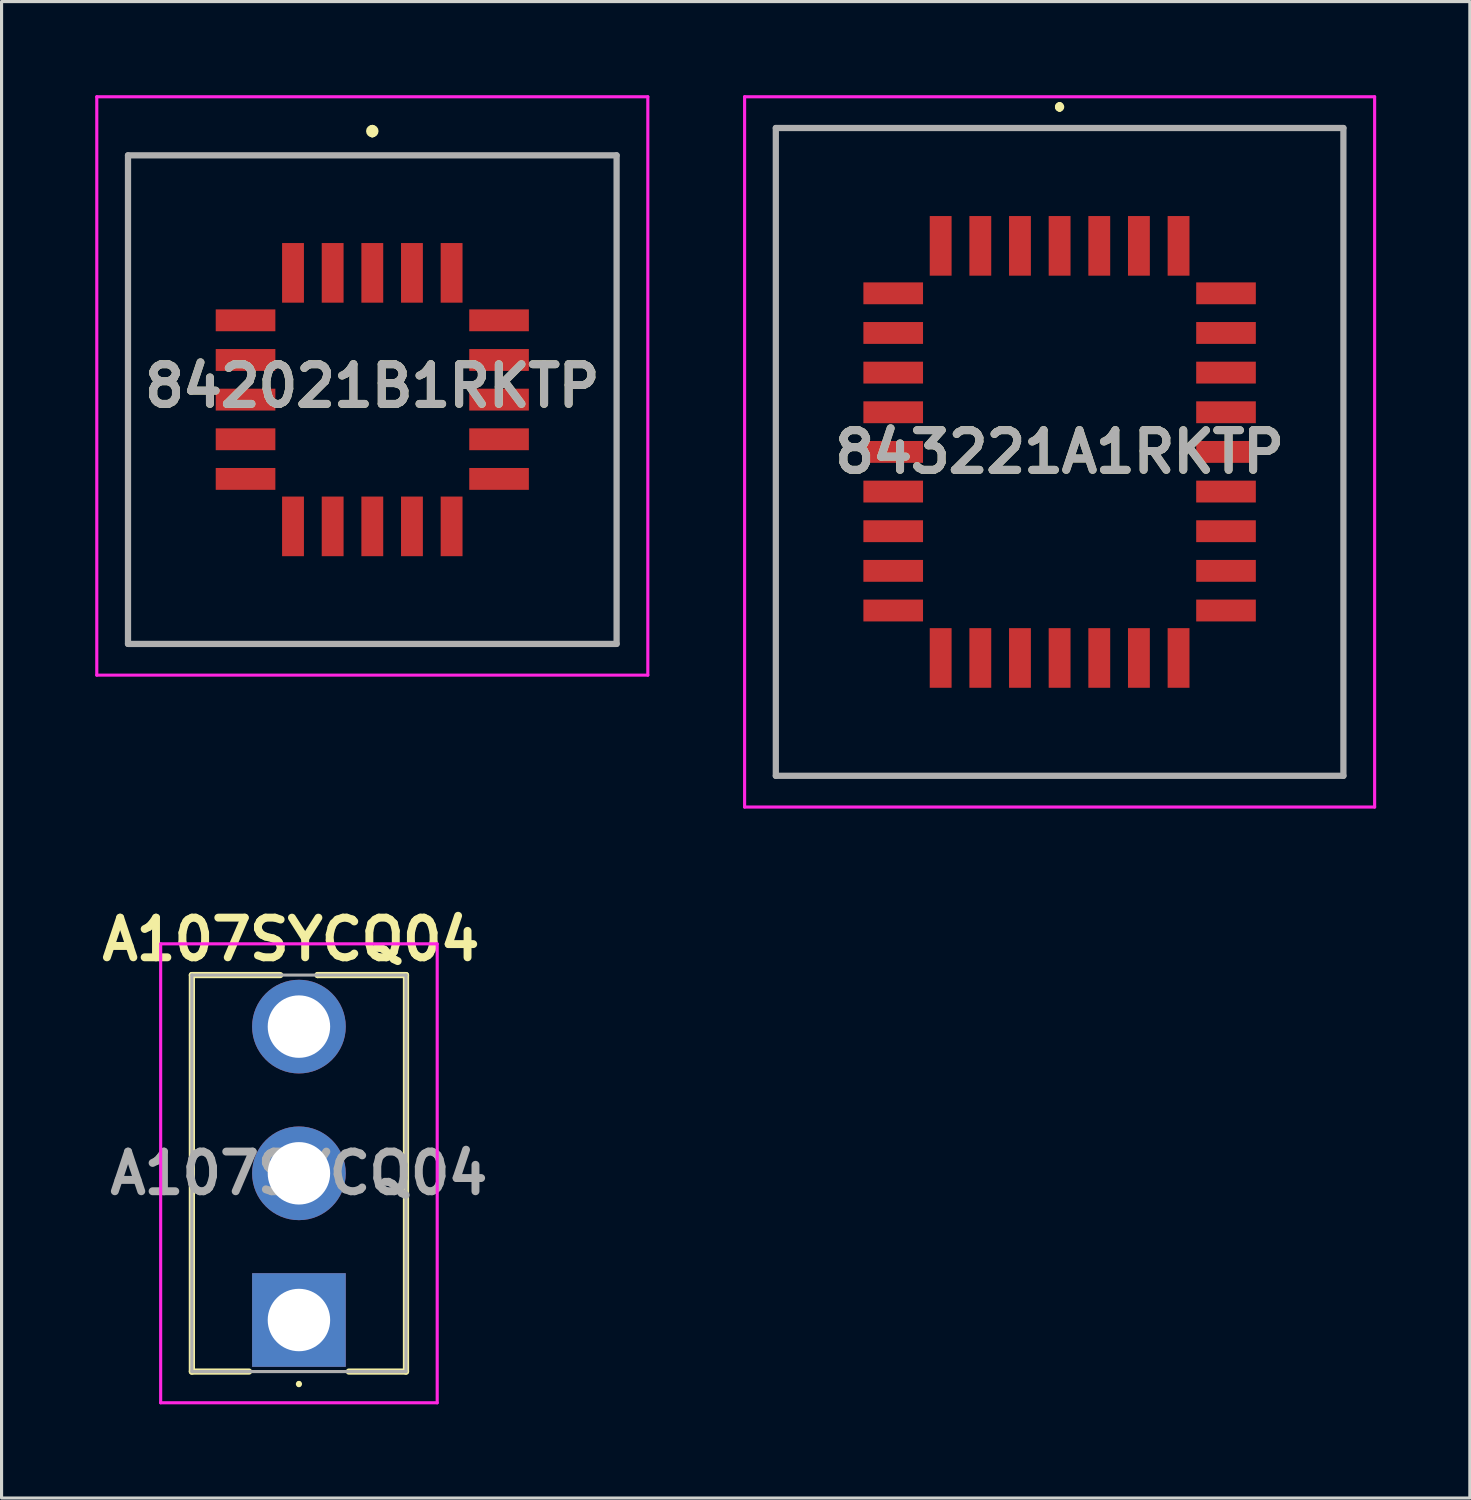
<source format=kicad_pcb>
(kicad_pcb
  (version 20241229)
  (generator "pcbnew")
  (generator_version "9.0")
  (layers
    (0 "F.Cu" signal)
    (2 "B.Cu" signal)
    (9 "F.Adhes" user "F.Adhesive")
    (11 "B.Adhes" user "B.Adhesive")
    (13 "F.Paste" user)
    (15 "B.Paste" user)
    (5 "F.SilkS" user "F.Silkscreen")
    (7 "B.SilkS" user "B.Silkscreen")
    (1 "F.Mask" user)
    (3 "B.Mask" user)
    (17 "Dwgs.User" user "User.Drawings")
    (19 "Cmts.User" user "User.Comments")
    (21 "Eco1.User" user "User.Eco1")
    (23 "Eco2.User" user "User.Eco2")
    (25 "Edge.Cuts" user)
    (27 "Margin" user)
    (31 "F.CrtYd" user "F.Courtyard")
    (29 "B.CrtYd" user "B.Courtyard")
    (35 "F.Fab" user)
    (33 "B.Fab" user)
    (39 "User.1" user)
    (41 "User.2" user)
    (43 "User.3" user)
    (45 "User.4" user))
  (footprint "A107SYCQ04"
    (layer "F.Cu")
    (at 6.525 39.231)
    (property "Reference" "A107SYCQ04" (at -0.254 -12.192 0) (layer "F.SilkS") (effects (font (size 1.27 1.27) (thickness 0.254))))
    (attr through_hole)
    (fp_line (start -3.429 -11.049) (end -0.6 -11.049) (stroke (width 0.2) (type solid)) (layer "F.SilkS"))
    (fp_line (start -3.429 1.651) (end -3.429 -11.049) (stroke (width 0.2) (type solid)) (layer "F.SilkS"))
    (fp_line (start -1.6 1.651) (end -3.429 1.651) (stroke (width 0.2) (type solid)) (layer "F.SilkS"))
    (fp_line (start 0 2) (end 0 2) (stroke (width 0.1) (type solid)) (layer "F.SilkS"))
    (fp_line (start 0 2.1) (end 0 2.1) (stroke (width 0.1) (type solid)) (layer "F.SilkS"))
    (fp_line (start 0.6 -11.049) (end 0.6 -11.049) (stroke (width 0.2) (type solid)) (layer "F.SilkS"))
    (fp_line (start 0.6 -11.049) (end 3.429 -11.049) (stroke (width 0.2) (type solid)) (layer "F.SilkS"))
    (fp_line (start 3.429 -11.049) (end 3.429 1.651) (stroke (width 0.2) (type solid)) (layer "F.SilkS"))
    (fp_line (start 3.429 1.651) (end 1.6 1.651) (stroke (width 0.2) (type solid)) (layer "F.SilkS"))
    (fp_arc (start 0 2) (mid 0.05 2.05) (end 0 2.1) (stroke (width 0.1) (type solid)) (layer "F.SilkS"))
    (fp_arc (start 0 2.1) (mid -0.05 2.05) (end 0 2) (stroke (width 0.1) (type solid)) (layer "F.SilkS"))
    (fp_line (start -4.429 -12.049) (end 4.429 -12.049) (stroke (width 0.1) (type solid)) (layer "F.CrtYd"))
    (fp_line (start -4.429 2.651) (end -4.429 -12.049) (stroke (width 0.1) (type solid)) (layer "F.CrtYd"))
    (fp_line (start 4.429 -12.049) (end 4.429 2.651) (stroke (width 0.1) (type solid)) (layer "F.CrtYd"))
    (fp_line (start 4.429 2.651) (end -4.429 2.651) (stroke (width 0.1) (type solid)) (layer "F.CrtYd"))
    (fp_line (start -3.429 -11.049) (end -3.429 1.651) (stroke (width 0.1) (type solid)) (layer "F.Fab"))
    (fp_line (start -3.429 1.651) (end 3.429 1.651) (stroke (width 0.1) (type solid)) (layer "F.Fab"))
    (fp_line (start 3.429 -11.049) (end -3.429 -11.049) (stroke (width 0.1) (type solid)) (layer "F.Fab"))
    (fp_line (start 3.429 1.651) (end 3.429 -11.049) (stroke (width 0.1) (type solid)) (layer "F.Fab"))
    (fp_text user "${REFERENCE}" (at 0 -4.699 0) (layer "F.Fab") (effects (font (size 1.27 1.27) (thickness 0.254))))
    (pad "1" thru_hole rect (at 0 0) (size 3 3) (drill 2) (layers "*.Cu" "*.Mask"))
    (pad "2" thru_hole circle (at 0 -4.699) (size 3 3) (drill 2) (layers "*.Cu" "*.Mask"))
    (pad "3" thru_hole circle (at 0 -9.398) (size 3 3) (drill 2) (layers "*.Cu" "*.Mask")))
  (footprint "843221A1RKTP"
    (layer "F.Cu")
    (at 30.89 11.425)
    (property "Reference" "843221A1RKTP" (at 0 0 0) (layer "F.SilkS") (effects (font (size 1.27 1.27) (thickness 0.254))))
    (attr through_hole)
    (fp_line (start -9.09 -10.375) (end 9.09 -10.375) (stroke (width 0.1) (type solid)) (layer "F.SilkS"))
    (fp_line (start -9.09 10.375) (end -9.09 -10.375) (stroke (width 0.1) (type solid)) (layer "F.SilkS"))
    (fp_line (start 0 -11.1) (end 0 -11.1) (stroke (width 0.2) (type solid)) (layer "F.SilkS"))
    (fp_line (start 0 -11.1) (end 0 -11.1) (stroke (width 0.2) (type solid)) (layer "F.SilkS"))
    (fp_line (start 0 -11) (end 0 -11) (stroke (width 0.2) (type solid)) (layer "F.SilkS"))
    (fp_line (start 9.09 -10.375) (end 9.09 10.375) (stroke (width 0.1) (type solid)) (layer "F.SilkS"))
    (fp_line (start 9.09 10.375) (end -9.09 10.375) (stroke (width 0.1) (type solid)) (layer "F.SilkS"))
    (fp_arc (start 0 -11.1) (mid 0.05 -11.05) (end 0 -11) (stroke (width 0.2) (type solid)) (layer "F.SilkS"))
    (fp_arc (start 0 -11) (mid -0.05 -11.05) (end 0 -11.1) (stroke (width 0.2) (type solid)) (layer "F.SilkS"))
    (fp_arc (start 0 -11) (mid -0.05 -11.05) (end 0 -11.1) (stroke (width 0.2) (type solid)) (layer "F.SilkS"))
    (fp_line (start -10.09 -11.375) (end 10.09 -11.375) (stroke (width 0.1) (type solid)) (layer "F.CrtYd"))
    (fp_line (start -10.09 11.375) (end -10.09 -11.375) (stroke (width 0.1) (type solid)) (layer "F.CrtYd"))
    (fp_line (start 10.09 -11.375) (end 10.09 11.375) (stroke (width 0.1) (type solid)) (layer "F.CrtYd"))
    (fp_line (start 10.09 11.375) (end -10.09 11.375) (stroke (width 0.1) (type solid)) (layer "F.CrtYd"))
    (fp_line (start -9.09 -10.375) (end -9.09 10.375) (stroke (width 0.2) (type solid)) (layer "F.Fab"))
    (fp_line (start -9.09 10.375) (end 9.09 10.375) (stroke (width 0.2) (type solid)) (layer "F.Fab"))
    (fp_line (start 9.09 -10.375) (end -9.09 -10.375) (stroke (width 0.2) (type solid)) (layer "F.Fab"))
    (fp_line (start 9.09 10.375) (end 9.09 -10.375) (stroke (width 0.2) (type solid)) (layer "F.Fab"))
    (fp_text user "${REFERENCE}" (at 0 0 0) (layer "F.Fab") (effects (font (size 1.27 1.27) (thickness 0.254))))
    (pad "" np_thru_hole circle (at 7.62 -8.89) (size 0.001 0.001) (drill 1.7) (layers "*.Cu" "*.Mask"))
    (pad "" np_thru_hole circle (at 7.62 8.89) (size 0.001 0.001) (drill 1.7) (layers "*.Cu" "*.Mask"))
    (pad "1" smd rect (at 0 -6.6) (size 0.7 1.91) (layers "F.Cu" "F.Mask" "F.Paste"))
    (pad "2" smd rect (at -1.27 -6.6) (size 0.7 1.91) (layers "F.Cu" "F.Mask" "F.Paste"))
    (pad "3" smd rect (at -2.54 -6.6) (size 0.7 1.91) (layers "F.Cu" "F.Mask" "F.Paste"))
    (pad "4" smd rect (at -3.81 -6.6) (size 0.7 1.91) (layers "F.Cu" "F.Mask" "F.Paste"))
    (pad "5" smd rect (at -5.33 -5.08 90) (size 0.7 1.91) (layers "F.Cu" "F.Mask" "F.Paste"))
    (pad "6" smd rect (at -5.33 -3.81 90) (size 0.7 1.91) (layers "F.Cu" "F.Mask" "F.Paste"))
    (pad "7" smd rect (at -5.33 -2.54 90) (size 0.7 1.91) (layers "F.Cu" "F.Mask" "F.Paste"))
    (pad "8" smd rect (at -5.33 -1.27 90) (size 0.7 1.91) (layers "F.Cu" "F.Mask" "F.Paste"))
    (pad "9" smd rect (at -5.33 0 90) (size 0.7 1.91) (layers "F.Cu" "F.Mask" "F.Paste"))
    (pad "10" smd rect (at -5.33 1.27 90) (size 0.7 1.91) (layers "F.Cu" "F.Mask" "F.Paste"))
    (pad "11" smd rect (at -5.33 2.54 90) (size 0.7 1.91) (layers "F.Cu" "F.Mask" "F.Paste"))
    (pad "12" smd rect (at -5.33 3.81 90) (size 0.7 1.91) (layers "F.Cu" "F.Mask" "F.Paste"))
    (pad "13" smd rect (at -5.33 5.08 90) (size 0.7 1.91) (layers "F.Cu" "F.Mask" "F.Paste"))
    (pad "14" smd rect (at -3.81 6.6) (size 0.7 1.91) (layers "F.Cu" "F.Mask" "F.Paste"))
    (pad "15" smd rect (at -2.54 6.6) (size 0.7 1.91) (layers "F.Cu" "F.Mask" "F.Paste"))
    (pad "16" smd rect (at -1.27 6.6) (size 0.7 1.91) (layers "F.Cu" "F.Mask" "F.Paste"))
    (pad "17" smd rect (at 0 6.6) (size 0.7 1.91) (layers "F.Cu" "F.Mask" "F.Paste"))
    (pad "18" smd rect (at 1.27 6.6) (size 0.7 1.91) (layers "F.Cu" "F.Mask" "F.Paste"))
    (pad "19" smd rect (at 2.54 6.6) (size 0.7 1.91) (layers "F.Cu" "F.Mask" "F.Paste"))
    (pad "20" smd rect (at 3.81 6.6) (size 0.7 1.91) (layers "F.Cu" "F.Mask" "F.Paste"))
    (pad "21" smd rect (at 5.33 5.08 90) (size 0.7 1.91) (layers "F.Cu" "F.Mask" "F.Paste"))
    (pad "22" smd rect (at 5.33 3.81 90) (size 0.7 1.91) (layers "F.Cu" "F.Mask" "F.Paste"))
    (pad "23" smd rect (at 5.33 2.54 90) (size 0.7 1.91) (layers "F.Cu" "F.Mask" "F.Paste"))
    (pad "24" smd rect (at 5.33 1.27 90) (size 0.7 1.91) (layers "F.Cu" "F.Mask" "F.Paste"))
    (pad "25" smd rect (at 5.33 0 90) (size 0.7 1.91) (layers "F.Cu" "F.Mask" "F.Paste"))
    (pad "26" smd rect (at 5.33 -1.27 90) (size 0.7 1.91) (layers "F.Cu" "F.Mask" "F.Paste"))
    (pad "27" smd rect (at 5.33 -2.54 90) (size 0.7 1.91) (layers "F.Cu" "F.Mask" "F.Paste"))
    (pad "28" smd rect (at 5.33 -3.81 90) (size 0.7 1.91) (layers "F.Cu" "F.Mask" "F.Paste"))
    (pad "29" smd rect (at 5.33 -5.08 90) (size 0.7 1.91) (layers "F.Cu" "F.Mask" "F.Paste"))
    (pad "30" smd rect (at 3.81 -6.6) (size 0.7 1.91) (layers "F.Cu" "F.Mask" "F.Paste"))
    (pad "31" smd rect (at 2.54 -6.6) (size 0.7 1.91) (layers "F.Cu" "F.Mask" "F.Paste"))
    (pad "32" smd rect (at 1.27 -6.6) (size 0.7 1.91) (layers "F.Cu" "F.Mask" "F.Paste")))
  (footprint "842021B1RKTP"
    (layer "F.Cu")
    (at 8.875 9.75)
    (property "Reference" "842021B1RKTP" (at 0 -0.438 0) (layer "F.SilkS") (effects (font (size 1.27 1.27) (thickness 0.254))))
    (attr through_hole)
    (fp_line (start -7.825 -7.825) (end 7.825 -7.825) (stroke (width 0.1) (type solid)) (layer "F.SilkS"))
    (fp_line (start -7.825 7.825) (end -7.825 -7.825) (stroke (width 0.1) (type solid)) (layer "F.SilkS"))
    (fp_line (start 0 -8.7) (end 0 -8.7) (stroke (width 0.2) (type solid)) (layer "F.SilkS"))
    (fp_line (start 0 -8.5) (end 0 -8.5) (stroke (width 0.2) (type solid)) (layer "F.SilkS"))
    (fp_line (start 7.825 -7.825) (end 7.825 7.825) (stroke (width 0.1) (type solid)) (layer "F.SilkS"))
    (fp_line (start 7.825 7.825) (end -7.825 7.825) (stroke (width 0.1) (type solid)) (layer "F.SilkS"))
    (fp_arc (start 0 -8.7) (mid 0.1 -8.6) (end 0 -8.5) (stroke (width 0.2) (type solid)) (layer "F.SilkS"))
    (fp_arc (start 0 -8.5) (mid -0.1 -8.6) (end 0 -8.7) (stroke (width 0.2) (type solid)) (layer "F.SilkS"))
    (fp_line (start -8.825 -9.7) (end 8.825 -9.7) (stroke (width 0.1) (type solid)) (layer "F.CrtYd"))
    (fp_line (start -8.825 8.825) (end -8.825 -9.7) (stroke (width 0.1) (type solid)) (layer "F.CrtYd"))
    (fp_line (start 8.825 -9.7) (end 8.825 8.825) (stroke (width 0.1) (type solid)) (layer "F.CrtYd"))
    (fp_line (start 8.825 8.825) (end -8.825 8.825) (stroke (width 0.1) (type solid)) (layer "F.CrtYd"))
    (fp_line (start -7.825 -7.825) (end 7.825 -7.825) (stroke (width 0.2) (type solid)) (layer "F.Fab"))
    (fp_line (start -7.825 7.825) (end -7.825 -7.825) (stroke (width 0.2) (type solid)) (layer "F.Fab"))
    (fp_line (start 7.825 -7.825) (end 7.825 7.825) (stroke (width 0.2) (type solid)) (layer "F.Fab"))
    (fp_line (start 7.825 7.825) (end -7.825 7.825) (stroke (width 0.2) (type solid)) (layer "F.Fab"))
    (fp_text user "${REFERENCE}" (at 0 -0.438 0) (layer "F.Fab") (effects (font (size 1.27 1.27) (thickness 0.254))))
    (pad "" np_thru_hole circle (at 6.35 -6.35) (size 0.001 0.001) (drill 1.7) (layers "*.Cu" "*.Mask"))
    (pad "" np_thru_hole circle (at 6.35 6.35) (size 0.001 0.001) (drill 1.7) (layers "*.Cu" "*.Mask"))
    (pad "1" smd rect (at 0 -4.06) (size 0.7 1.91) (layers "F.Cu" "F.Mask" "F.Paste"))
    (pad "2" smd rect (at -1.27 -4.06) (size 0.7 1.91) (layers "F.Cu" "F.Mask" "F.Paste"))
    (pad "3" smd rect (at -2.54 -4.06) (size 0.7 1.91) (layers "F.Cu" "F.Mask" "F.Paste"))
    (pad "4" smd rect (at -4.06 -2.54 90) (size 0.7 1.91) (layers "F.Cu" "F.Mask" "F.Paste"))
    (pad "5" smd rect (at -4.06 -1.27 90) (size 0.7 1.91) (layers "F.Cu" "F.Mask" "F.Paste"))
    (pad "6" smd rect (at -4.06 0 90) (size 0.7 1.91) (layers "F.Cu" "F.Mask" "F.Paste"))
    (pad "7" smd rect (at -4.06 1.27 90) (size 0.7 1.91) (layers "F.Cu" "F.Mask" "F.Paste"))
    (pad "8" smd rect (at -4.06 2.54 90) (size 0.7 1.91) (layers "F.Cu" "F.Mask" "F.Paste"))
    (pad "9" smd rect (at -2.54 4.06) (size 0.7 1.91) (layers "F.Cu" "F.Mask" "F.Paste"))
    (pad "10" smd rect (at -1.27 4.06) (size 0.7 1.91) (layers "F.Cu" "F.Mask" "F.Paste"))
    (pad "11" smd rect (at 0 4.06) (size 0.7 1.91) (layers "F.Cu" "F.Mask" "F.Paste"))
    (pad "12" smd rect (at 1.27 4.06) (size 0.7 1.91) (layers "F.Cu" "F.Mask" "F.Paste"))
    (pad "13" smd rect (at 2.54 4.06) (size 0.7 1.91) (layers "F.Cu" "F.Mask" "F.Paste"))
    (pad "14" smd rect (at 4.06 2.54 90) (size 0.7 1.91) (layers "F.Cu" "F.Mask" "F.Paste"))
    (pad "15" smd rect (at 4.06 1.27 90) (size 0.7 1.91) (layers "F.Cu" "F.Mask" "F.Paste"))
    (pad "16" smd rect (at 4.06 0 90) (size 0.7 1.91) (layers "F.Cu" "F.Mask" "F.Paste"))
    (pad "17" smd rect (at 4.06 -1.27 90) (size 0.7 1.91) (layers "F.Cu" "F.Mask" "F.Paste"))
    (pad "18" smd rect (at 4.06 -2.54 90) (size 0.7 1.91) (layers "F.Cu" "F.Mask" "F.Paste"))
    (pad "19" smd rect (at 2.54 -4.06) (size 0.7 1.91) (layers "F.Cu" "F.Mask" "F.Paste"))
    (pad "20" smd rect (at 1.27 -4.06) (size 0.7 1.91) (layers "F.Cu" "F.Mask" "F.Paste")))
  (gr_rect
    (start -3 -3)
    (end 44.03 44.932)
    (stroke (width 0.1) (type default))
    (fill no)
    (layer "Edge.Cuts")))
</source>
